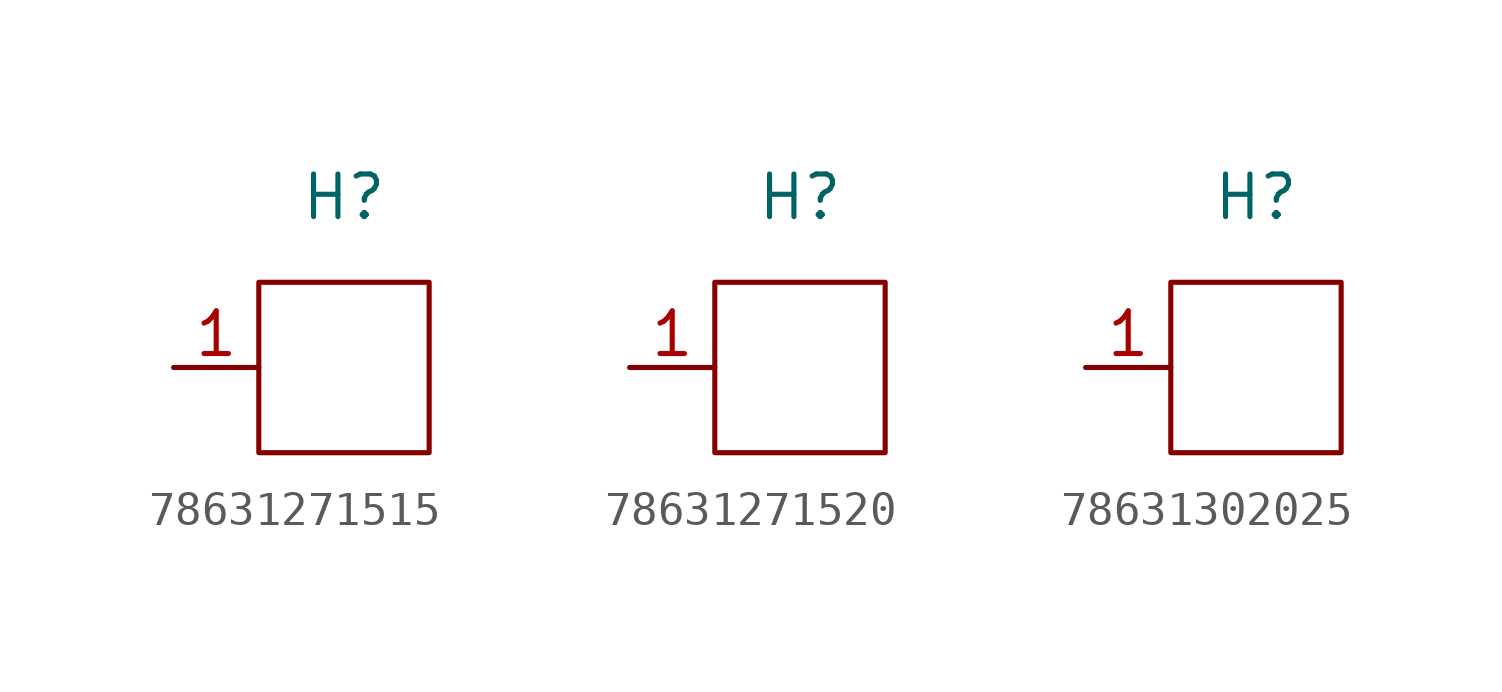
<source format=kicad_sym>
(kicad_symbol_lib
  (version 20220914)
  (generator kicad_symbol_editor)
  (symbol "78631271515"
    (pin_names hide)
    (property "Reference" "H"
      (at 0 5.08 0)
      (effects (font (size 1.27 1.27))))
    (symbol "78631271515_0_1"
      (rectangle (start -2.54 2.54) (end 2.54 -2.54) (stroke (width 0) (type default)) (fill (type none))))
    (symbol "78631271515_1_1"
      (pin passive line (at -5.08 0 0) (length 2.54) (name "GND1" (effects (font (size 1.27 1.27)))) (number "1" (effects (font (size 1.27 1.27)))))))
  (symbol "78631271520"
    (pin_names hide)
    (property "Reference" "H"
      (at 0 5.08 0)
      (effects (font (size 1.27 1.27))))
    (symbol "78631271520_0_1"
      (rectangle (start -2.54 2.54) (end 2.54 -2.54) (stroke (width 0) (type default)) (fill (type none))))
    (symbol "78631271520_1_1"
      (pin passive line (at -5.08 0 0) (length 2.54) (name "GND1" (effects (font (size 1.27 1.27)))) (number "1" (effects (font (size 1.27 1.27)))))))
  (symbol "78631302025"
    (pin_names hide)
    (property "Reference" "H"
      (at 0 5.08 0)
      (effects (font (size 1.27 1.27))))
    (symbol "78631302025_0_1"
      (rectangle (start -2.54 2.54) (end 2.54 -2.54) (stroke (width 0) (type default)) (fill (type none))))
    (symbol "78631302025_1_1"
      (pin passive line (at -5.08 0 0) (length 2.54) (name "GND1" (effects (font (size 1.27 1.27)))) (number "1" (effects (font (size 1.27 1.27))))))))
</source>
